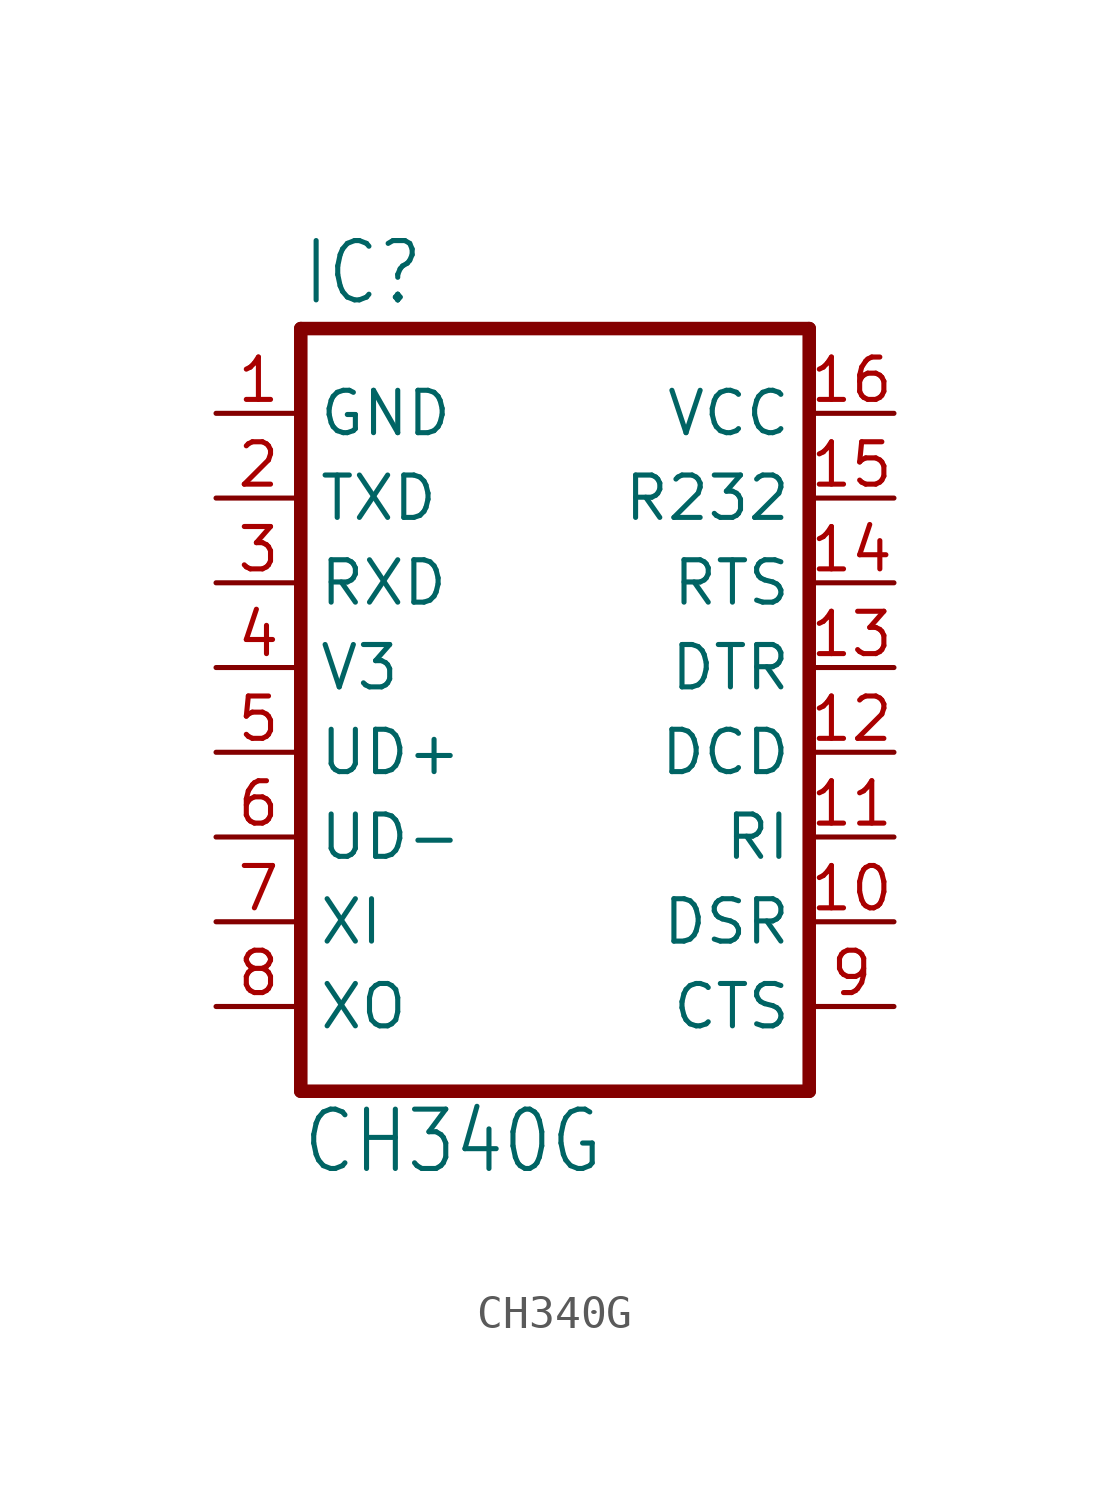
<source format=kicad_sym>
(kicad_symbol_lib
  (version 20211014)
  (generator kicad_symbol_editor)
  (symbol "CH340G"
    (property "Reference" "IC"
      (at -7.62 10.795 0)
      (effects (font (size 1.778 1.511)) (justify left bottom)))
    (property "Value" "CH340G"
      (at -7.62 -15.24 0)
      (effects (font (size 1.778 1.511)) (justify left bottom)))
    (property "ki_locked" ""
      (at 0 0 0)
      (effects (font (size 1.27 1.27))))
    (symbol "CH340G_1_0"
      (polyline (pts (xy -7.62 -12.7) (xy 7.62 -12.7)) (stroke (width 0.406) (type default) (color 0 0 0 0)) (fill (type none)))
      (polyline (pts (xy -7.62 10.16) (xy -7.62 -12.7)) (stroke (width 0.406) (type default) (color 0 0 0 0)) (fill (type none)))
      (polyline (pts (xy 7.62 -12.7) (xy 7.62 10.16)) (stroke (width 0.406) (type default) (color 0 0 0 0)) (fill (type none)))
      (polyline (pts (xy 7.62 10.16) (xy -7.62 10.16)) (stroke (width 0.406) (type default) (color 0 0 0 0)) (fill (type none)))
      (pin power_in line (at -10.16 7.62 0) (length 2.54) (name "GND" (effects (font (size 1.27 1.27)))) (number "1" (effects (font (size 1.27 1.27)))))
      (pin bidirectional line (at 10.16 -7.62 180) (length 2.54) (name "DSR" (effects (font (size 1.27 1.27)))) (number "10" (effects (font (size 1.27 1.27)))))
      (pin bidirectional line (at 10.16 -5.08 180) (length 2.54) (name "RI" (effects (font (size 1.27 1.27)))) (number "11" (effects (font (size 1.27 1.27)))))
      (pin bidirectional line (at 10.16 -2.54 180) (length 2.54) (name "DCD" (effects (font (size 1.27 1.27)))) (number "12" (effects (font (size 1.27 1.27)))))
      (pin bidirectional line (at 10.16 0 180) (length 2.54) (name "DTR" (effects (font (size 1.27 1.27)))) (number "13" (effects (font (size 1.27 1.27)))))
      (pin bidirectional line (at 10.16 2.54 180) (length 2.54) (name "RTS" (effects (font (size 1.27 1.27)))) (number "14" (effects (font (size 1.27 1.27)))))
      (pin bidirectional line (at 10.16 5.08 180) (length 2.54) (name "R232" (effects (font (size 1.27 1.27)))) (number "15" (effects (font (size 1.27 1.27)))))
      (pin power_in line (at 10.16 7.62 180) (length 2.54) (name "VCC" (effects (font (size 1.27 1.27)))) (number "16" (effects (font (size 1.27 1.27)))))
      (pin bidirectional line (at -10.16 5.08 0) (length 2.54) (name "TXD" (effects (font (size 1.27 1.27)))) (number "2" (effects (font (size 1.27 1.27)))))
      (pin bidirectional line (at -10.16 2.54 0) (length 2.54) (name "RXD" (effects (font (size 1.27 1.27)))) (number "3" (effects (font (size 1.27 1.27)))))
      (pin bidirectional line (at -10.16 0 0) (length 2.54) (name "V3" (effects (font (size 1.27 1.27)))) (number "4" (effects (font (size 1.27 1.27)))))
      (pin bidirectional line (at -10.16 -2.54 0) (length 2.54) (name "UD+" (effects (font (size 1.27 1.27)))) (number "5" (effects (font (size 1.27 1.27)))))
      (pin bidirectional line (at -10.16 -5.08 0) (length 2.54) (name "UD-" (effects (font (size 1.27 1.27)))) (number "6" (effects (font (size 1.27 1.27)))))
      (pin bidirectional line (at -10.16 -7.62 0) (length 2.54) (name "XI" (effects (font (size 1.27 1.27)))) (number "7" (effects (font (size 1.27 1.27)))))
      (pin bidirectional line (at -10.16 -10.16 0) (length 2.54) (name "XO" (effects (font (size 1.27 1.27)))) (number "8" (effects (font (size 1.27 1.27)))))
      (pin bidirectional line (at 10.16 -10.16 180) (length 2.54) (name "CTS" (effects (font (size 1.27 1.27)))) (number "9" (effects (font (size 1.27 1.27))))))))
</source>
